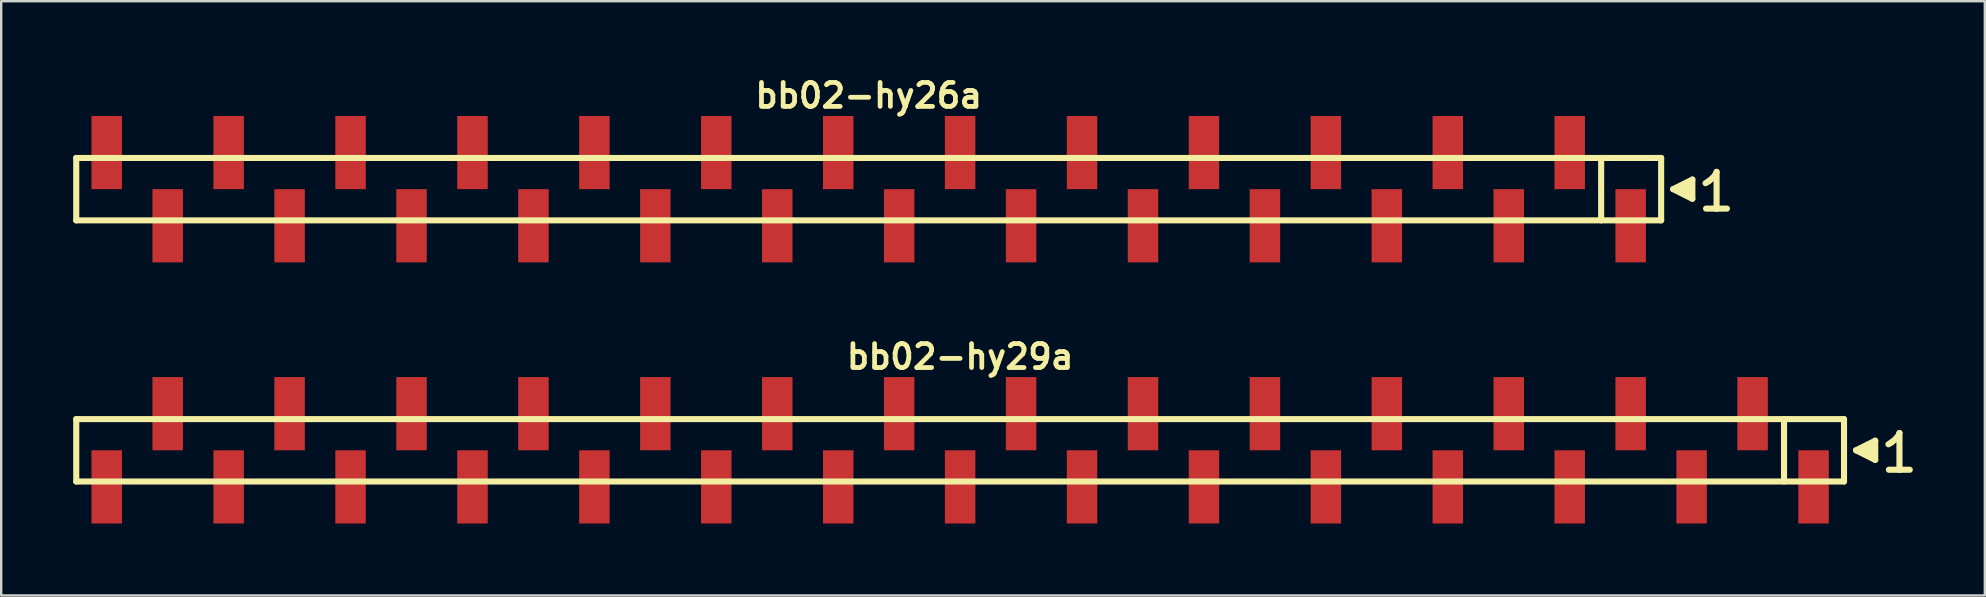
<source format=kicad_pcb>
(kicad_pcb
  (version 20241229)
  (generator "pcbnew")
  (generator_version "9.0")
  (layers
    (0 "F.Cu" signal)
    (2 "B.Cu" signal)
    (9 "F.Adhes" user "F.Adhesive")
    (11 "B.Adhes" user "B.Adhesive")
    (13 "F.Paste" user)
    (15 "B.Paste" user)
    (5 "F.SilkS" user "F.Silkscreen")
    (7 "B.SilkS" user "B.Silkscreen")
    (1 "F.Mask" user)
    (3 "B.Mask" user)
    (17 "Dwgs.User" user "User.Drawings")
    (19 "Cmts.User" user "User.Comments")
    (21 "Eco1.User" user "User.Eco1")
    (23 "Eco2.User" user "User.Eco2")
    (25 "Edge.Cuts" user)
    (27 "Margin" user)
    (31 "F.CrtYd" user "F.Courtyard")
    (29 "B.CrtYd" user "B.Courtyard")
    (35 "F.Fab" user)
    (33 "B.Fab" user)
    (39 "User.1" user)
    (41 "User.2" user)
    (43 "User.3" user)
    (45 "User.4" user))
  (footprint "bb02-hy29a"
    (layer "F.Cu")
    (at 36.957 15.713)
    (property "Reference" "bb02-hy29a" (at 0 -3.9 0) (layer "F.SilkS") (effects (font (size 0.998 0.998) (thickness 0.198))))
    (attr through_hole)
    (fp_line (start -36.83 -1.3) (end 36.83 -1.3) (stroke (width 0.254) (type solid)) (layer "F.SilkS"))
    (fp_line (start -36.83 1.3) (end -36.83 -1.3) (stroke (width 0.254) (type solid)) (layer "F.SilkS"))
    (fp_line (start 34.33 1.3) (end 34.33 -1.3) (stroke (width 0.254) (type solid)) (layer "F.SilkS"))
    (fp_line (start 36.83 -1.3) (end 36.83 1.3) (stroke (width 0.254) (type solid)) (layer "F.SilkS"))
    (fp_line (start 36.83 1.3) (end -36.83 1.3) (stroke (width 0.254) (type solid)) (layer "F.SilkS"))
    (fp_line (start 37.33 0) (end 38.13 0.4) (stroke (width 0.254) (type solid)) (layer "F.SilkS"))
    (fp_line (start 37.63 0.1) (end 37.63 -0.1) (stroke (width 0.254) (type solid)) (layer "F.SilkS"))
    (fp_line (start 37.73 -0.1) (end 37.73 0.1) (stroke (width 0.254) (type solid)) (layer "F.SilkS"))
    (fp_line (start 37.83 0.2) (end 37.83 -0.2) (stroke (width 0.254) (type solid)) (layer "F.SilkS"))
    (fp_line (start 37.93 -0.2) (end 37.93 0.2) (stroke (width 0.254) (type solid)) (layer "F.SilkS"))
    (fp_line (start 38.03 0.3) (end 38.03 -0.3) (stroke (width 0.254) (type solid)) (layer "F.SilkS"))
    (fp_line (start 38.13 -0.4) (end 37.33 0) (stroke (width 0.254) (type solid)) (layer "F.SilkS"))
    (fp_line (start 38.13 0.4) (end 38.13 -0.4) (stroke (width 0.254) (type solid)) (layer "F.SilkS"))
    (fp_line (start 38.68 -0.25) (end 38.81 -0.33) (stroke (width 0.254) (type solid)) (layer "F.SilkS"))
    (fp_line (start 38.81 -0.33) (end 38.97 -0.46) (stroke (width 0.254) (type solid)) (layer "F.SilkS"))
    (fp_line (start 38.97 -0.46) (end 39.11 -0.63) (stroke (width 0.254) (type solid)) (layer "F.SilkS"))
    (fp_line (start 39.11 -0.63) (end 39.14 -0.72) (stroke (width 0.254) (type solid)) (layer "F.SilkS"))
    (fp_line (start 39.14 -0.72) (end 39.14 0.81) (stroke (width 0.254) (type solid)) (layer "F.SilkS"))
    (fp_line (start 39.14 0.81) (end 38.7 0.81) (stroke (width 0.254) (type solid)) (layer "F.SilkS"))
    (fp_line (start 39.57 0.81) (end 39.13 0.81) (stroke (width 0.254) (type solid)) (layer "F.SilkS"))
    (pad "1" smd rect (at 35.56 1.525) (size 1.27 3.05) (layers "F.Cu" "F.Mask" "F.Paste"))
    (pad "2" smd rect (at 33.02 -1.525) (size 1.27 3.05) (layers "F.Cu" "F.Mask" "F.Paste"))
    (pad "3" smd rect (at 30.48 1.525) (size 1.27 3.05) (layers "F.Cu" "F.Mask" "F.Paste"))
    (pad "4" smd rect (at 27.94 -1.525) (size 1.27 3.05) (layers "F.Cu" "F.Mask" "F.Paste"))
    (pad "5" smd rect (at 25.4 1.525) (size 1.27 3.05) (layers "F.Cu" "F.Mask" "F.Paste"))
    (pad "6" smd rect (at 22.86 -1.525) (size 1.27 3.05) (layers "F.Cu" "F.Mask" "F.Paste"))
    (pad "7" smd rect (at 20.32 1.525) (size 1.27 3.05) (layers "F.Cu" "F.Mask" "F.Paste"))
    (pad "8" smd rect (at 17.78 -1.525) (size 1.27 3.05) (layers "F.Cu" "F.Mask" "F.Paste"))
    (pad "9" smd rect (at 15.24 1.525) (size 1.27 3.05) (layers "F.Cu" "F.Mask" "F.Paste"))
    (pad "10" smd rect (at 12.7 -1.525) (size 1.27 3.05) (layers "F.Cu" "F.Mask" "F.Paste"))
    (pad "11" smd rect (at 10.16 1.525) (size 1.27 3.05) (layers "F.Cu" "F.Mask" "F.Paste"))
    (pad "12" smd rect (at 7.62 -1.525) (size 1.27 3.05) (layers "F.Cu" "F.Mask" "F.Paste"))
    (pad "13" smd rect (at 5.08 1.525) (size 1.27 3.05) (layers "F.Cu" "F.Mask" "F.Paste"))
    (pad "14" smd rect (at 2.54 -1.525) (size 1.27 3.05) (layers "F.Cu" "F.Mask" "F.Paste"))
    (pad "15" smd rect (at 0 1.525) (size 1.27 3.05) (layers "F.Cu" "F.Mask" "F.Paste"))
    (pad "16" smd rect (at -2.54 -1.525) (size 1.27 3.05) (layers "F.Cu" "F.Mask" "F.Paste"))
    (pad "17" smd rect (at -5.08 1.525) (size 1.27 3.05) (layers "F.Cu" "F.Mask" "F.Paste"))
    (pad "18" smd rect (at -7.62 -1.525) (size 1.27 3.05) (layers "F.Cu" "F.Mask" "F.Paste"))
    (pad "19" smd rect (at -10.16 1.525) (size 1.27 3.05) (layers "F.Cu" "F.Mask" "F.Paste"))
    (pad "20" smd rect (at -12.7 -1.525) (size 1.27 3.05) (layers "F.Cu" "F.Mask" "F.Paste"))
    (pad "21" smd rect (at -15.24 1.525) (size 1.27 3.05) (layers "F.Cu" "F.Mask" "F.Paste"))
    (pad "22" smd rect (at -17.78 -1.525) (size 1.27 3.05) (layers "F.Cu" "F.Mask" "F.Paste"))
    (pad "23" smd rect (at -20.32 1.525) (size 1.27 3.05) (layers "F.Cu" "F.Mask" "F.Paste"))
    (pad "24" smd rect (at -22.86 -1.525) (size 1.27 3.05) (layers "F.Cu" "F.Mask" "F.Paste"))
    (pad "25" smd rect (at -25.4 1.525) (size 1.27 3.05) (layers "F.Cu" "F.Mask" "F.Paste"))
    (pad "26" smd rect (at -27.94 -1.525) (size 1.27 3.05) (layers "F.Cu" "F.Mask" "F.Paste"))
    (pad "27" smd rect (at -30.48 1.525) (size 1.27 3.05) (layers "F.Cu" "F.Mask" "F.Paste"))
    (pad "28" smd rect (at -33.02 -1.525) (size 1.27 3.05) (layers "F.Cu" "F.Mask" "F.Paste"))
    (pad "29" smd rect (at -35.56 1.525) (size 1.27 3.05) (layers "F.Cu" "F.Mask" "F.Paste")))
  (footprint "bb02-hy26a"
    (layer "F.Cu")
    (at 33.147 4.832)
    (property "Reference" "bb02-hy26a" (at 0 -3.9 0) (layer "F.SilkS") (effects (font (size 0.998 0.998) (thickness 0.198))))
    (attr through_hole)
    (fp_line (start -33.02 -1.3) (end 33.02 -1.3) (stroke (width 0.254) (type solid)) (layer "F.SilkS"))
    (fp_line (start -33.02 1.3) (end -33.02 -1.3) (stroke (width 0.254) (type solid)) (layer "F.SilkS"))
    (fp_line (start 30.52 1.3) (end 30.52 -1.3) (stroke (width 0.254) (type solid)) (layer "F.SilkS"))
    (fp_line (start 33.02 -1.3) (end 33.02 1.3) (stroke (width 0.254) (type solid)) (layer "F.SilkS"))
    (fp_line (start 33.02 1.3) (end -33.02 1.3) (stroke (width 0.254) (type solid)) (layer "F.SilkS"))
    (fp_line (start 33.52 0) (end 34.32 0.4) (stroke (width 0.254) (type solid)) (layer "F.SilkS"))
    (fp_line (start 33.82 0.1) (end 33.82 -0.1) (stroke (width 0.254) (type solid)) (layer "F.SilkS"))
    (fp_line (start 33.92 -0.1) (end 33.92 0.1) (stroke (width 0.254) (type solid)) (layer "F.SilkS"))
    (fp_line (start 34.02 0.2) (end 34.02 -0.2) (stroke (width 0.254) (type solid)) (layer "F.SilkS"))
    (fp_line (start 34.12 -0.2) (end 34.12 0.2) (stroke (width 0.254) (type solid)) (layer "F.SilkS"))
    (fp_line (start 34.22 0.3) (end 34.22 -0.3) (stroke (width 0.254) (type solid)) (layer "F.SilkS"))
    (fp_line (start 34.32 -0.4) (end 33.52 0) (stroke (width 0.254) (type solid)) (layer "F.SilkS"))
    (fp_line (start 34.32 0.4) (end 34.32 -0.4) (stroke (width 0.254) (type solid)) (layer "F.SilkS"))
    (fp_line (start 34.87 -0.25) (end 35 -0.33) (stroke (width 0.254) (type solid)) (layer "F.SilkS"))
    (fp_line (start 35 -0.33) (end 35.16 -0.46) (stroke (width 0.254) (type solid)) (layer "F.SilkS"))
    (fp_line (start 35.16 -0.46) (end 35.3 -0.63) (stroke (width 0.254) (type solid)) (layer "F.SilkS"))
    (fp_line (start 35.3 -0.63) (end 35.33 -0.72) (stroke (width 0.254) (type solid)) (layer "F.SilkS"))
    (fp_line (start 35.33 -0.72) (end 35.33 0.81) (stroke (width 0.254) (type solid)) (layer "F.SilkS"))
    (fp_line (start 35.33 0.81) (end 34.89 0.81) (stroke (width 0.254) (type solid)) (layer "F.SilkS"))
    (fp_line (start 35.76 0.81) (end 35.32 0.81) (stroke (width 0.254) (type solid)) (layer "F.SilkS"))
    (pad "1" smd rect (at 31.75 1.525) (size 1.27 3.05) (layers "F.Cu" "F.Mask" "F.Paste"))
    (pad "2" smd rect (at 29.21 -1.525) (size 1.27 3.05) (layers "F.Cu" "F.Mask" "F.Paste"))
    (pad "3" smd rect (at 26.67 1.525) (size 1.27 3.05) (layers "F.Cu" "F.Mask" "F.Paste"))
    (pad "4" smd rect (at 24.13 -1.525) (size 1.27 3.05) (layers "F.Cu" "F.Mask" "F.Paste"))
    (pad "5" smd rect (at 21.59 1.525) (size 1.27 3.05) (layers "F.Cu" "F.Mask" "F.Paste"))
    (pad "6" smd rect (at 19.05 -1.525) (size 1.27 3.05) (layers "F.Cu" "F.Mask" "F.Paste"))
    (pad "7" smd rect (at 16.51 1.525) (size 1.27 3.05) (layers "F.Cu" "F.Mask" "F.Paste"))
    (pad "8" smd rect (at 13.97 -1.525) (size 1.27 3.05) (layers "F.Cu" "F.Mask" "F.Paste"))
    (pad "9" smd rect (at 11.43 1.525) (size 1.27 3.05) (layers "F.Cu" "F.Mask" "F.Paste"))
    (pad "10" smd rect (at 8.89 -1.525) (size 1.27 3.05) (layers "F.Cu" "F.Mask" "F.Paste"))
    (pad "11" smd rect (at 6.35 1.525) (size 1.27 3.05) (layers "F.Cu" "F.Mask" "F.Paste"))
    (pad "12" smd rect (at 3.81 -1.525) (size 1.27 3.05) (layers "F.Cu" "F.Mask" "F.Paste"))
    (pad "13" smd rect (at 1.27 1.525) (size 1.27 3.05) (layers "F.Cu" "F.Mask" "F.Paste"))
    (pad "14" smd rect (at -1.27 -1.525) (size 1.27 3.05) (layers "F.Cu" "F.Mask" "F.Paste"))
    (pad "15" smd rect (at -3.81 1.525) (size 1.27 3.05) (layers "F.Cu" "F.Mask" "F.Paste"))
    (pad "16" smd rect (at -6.35 -1.525) (size 1.27 3.05) (layers "F.Cu" "F.Mask" "F.Paste"))
    (pad "17" smd rect (at -8.89 1.525) (size 1.27 3.05) (layers "F.Cu" "F.Mask" "F.Paste"))
    (pad "18" smd rect (at -11.43 -1.525) (size 1.27 3.05) (layers "F.Cu" "F.Mask" "F.Paste"))
    (pad "19" smd rect (at -13.97 1.525) (size 1.27 3.05) (layers "F.Cu" "F.Mask" "F.Paste"))
    (pad "20" smd rect (at -16.51 -1.525) (size 1.27 3.05) (layers "F.Cu" "F.Mask" "F.Paste"))
    (pad "21" smd rect (at -19.05 1.525) (size 1.27 3.05) (layers "F.Cu" "F.Mask" "F.Paste"))
    (pad "22" smd rect (at -21.59 -1.525) (size 1.27 3.05) (layers "F.Cu" "F.Mask" "F.Paste"))
    (pad "23" smd rect (at -24.13 1.525) (size 1.27 3.05) (layers "F.Cu" "F.Mask" "F.Paste"))
    (pad "24" smd rect (at -26.67 -1.525) (size 1.27 3.05) (layers "F.Cu" "F.Mask" "F.Paste"))
    (pad "25" smd rect (at -29.21 1.525) (size 1.27 3.05) (layers "F.Cu" "F.Mask" "F.Paste"))
    (pad "26" smd rect (at -31.75 -1.525) (size 1.27 3.05) (layers "F.Cu" "F.Mask" "F.Paste")))
  (gr_rect
    (start -3 -3)
    (end 79.654 21.763)
    (stroke (width 0.1) (type default))
    (fill no)
    (layer "Edge.Cuts")))
</source>
